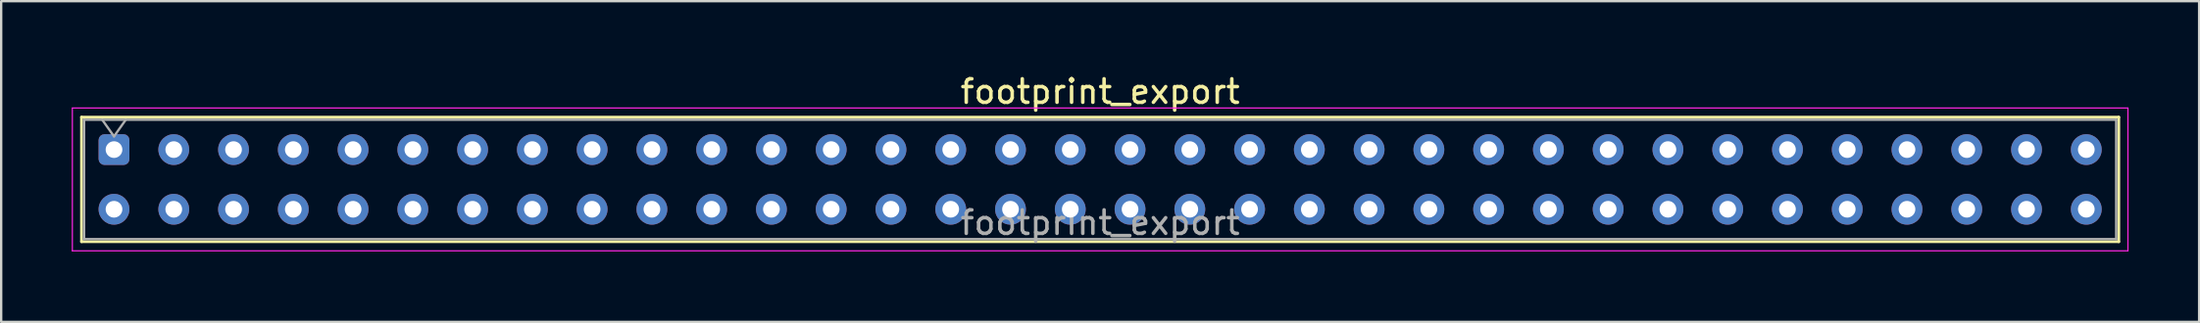
<source format=kicad_pcb>
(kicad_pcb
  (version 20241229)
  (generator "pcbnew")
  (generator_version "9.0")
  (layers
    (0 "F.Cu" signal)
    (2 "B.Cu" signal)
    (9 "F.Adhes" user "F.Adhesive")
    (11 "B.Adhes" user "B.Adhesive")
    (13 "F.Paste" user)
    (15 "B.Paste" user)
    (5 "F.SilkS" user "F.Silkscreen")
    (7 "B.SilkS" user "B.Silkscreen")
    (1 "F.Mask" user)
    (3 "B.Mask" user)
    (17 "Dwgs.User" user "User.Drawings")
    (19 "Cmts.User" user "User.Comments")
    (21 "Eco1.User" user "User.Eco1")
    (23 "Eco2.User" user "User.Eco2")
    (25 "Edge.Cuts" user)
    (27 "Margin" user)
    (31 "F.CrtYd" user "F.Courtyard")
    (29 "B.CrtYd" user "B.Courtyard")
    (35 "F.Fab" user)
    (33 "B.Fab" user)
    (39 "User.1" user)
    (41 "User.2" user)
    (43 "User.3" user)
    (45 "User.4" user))
  (footprint "footprint_export"
    (layer "F.Cu")
    (at 1.795 3.318)
    (property "Reference" "footprint_export" (at 41.91 -2.47 0) (layer "F.SilkS") (effects (font (size 1 1) (thickness 0.15))))
    (attr through_hole)
    (fp_line (start -1.38 -1.38) (end 85.2 -1.38) (stroke (width 0.12) (type solid)) (layer "F.SilkS"))
    (fp_line (start -1.38 3.92) (end -1.38 -1.38) (stroke (width 0.12) (type solid)) (layer "F.SilkS"))
    (fp_line (start 85.2 -1.38) (end 85.2 3.92) (stroke (width 0.12) (type solid)) (layer "F.SilkS"))
    (fp_line (start 85.2 3.92) (end -1.38 3.92) (stroke (width 0.12) (type solid)) (layer "F.SilkS"))
    (fp_line (start -1.77 -1.77) (end 85.59 -1.77) (stroke (width 0.05) (type solid)) (layer "F.CrtYd"))
    (fp_line (start -1.77 4.31) (end -1.77 -1.77) (stroke (width 0.05) (type solid)) (layer "F.CrtYd"))
    (fp_line (start 85.59 -1.77) (end 85.59 4.31) (stroke (width 0.05) (type solid)) (layer "F.CrtYd"))
    (fp_line (start 85.59 4.31) (end -1.77 4.31) (stroke (width 0.05) (type solid)) (layer "F.CrtYd"))
    (fp_line (start -1.27 -1.27) (end 85.09 -1.27) (stroke (width 0.1) (type solid)) (layer "F.Fab"))
    (fp_line (start -1.27 3.81) (end -1.27 -1.27) (stroke (width 0.1) (type solid)) (layer "F.Fab"))
    (fp_line (start -0.5 -1.27) (end 0 -0.563) (stroke (width 0.1) (type solid)) (layer "F.Fab"))
    (fp_line (start 0 -0.563) (end 0.5 -1.27) (stroke (width 0.1) (type solid)) (layer "F.Fab"))
    (fp_line (start 85.09 -1.27) (end 85.09 3.81) (stroke (width 0.1) (type solid)) (layer "F.Fab"))
    (fp_line (start 85.09 3.81) (end -1.27 3.81) (stroke (width 0.1) (type solid)) (layer "F.Fab"))
    (fp_text user "${REFERENCE}" (at 41.91 3.11 0) (layer "F.Fab") (effects (font (size 1 1) (thickness 0.15))))
    (pad "1" thru_hole roundrect (at 0 0) (size 1.31 1.31) (drill 0.71) (layers "*.Cu" "*.Mask") (roundrect_rratio 0.191))
    (pad "2" thru_hole circle (at 0 2.54) (size 1.31 1.31) (drill 0.71) (layers "*.Cu" "*.Mask"))
    (pad "3" thru_hole circle (at 2.54 0) (size 1.31 1.31) (drill 0.71) (layers "*.Cu" "*.Mask"))
    (pad "4" thru_hole circle (at 2.54 2.54) (size 1.31 1.31) (drill 0.71) (layers "*.Cu" "*.Mask"))
    (pad "5" thru_hole circle (at 5.08 0) (size 1.31 1.31) (drill 0.71) (layers "*.Cu" "*.Mask"))
    (pad "6" thru_hole circle (at 5.08 2.54) (size 1.31 1.31) (drill 0.71) (layers "*.Cu" "*.Mask"))
    (pad "7" thru_hole circle (at 7.62 0) (size 1.31 1.31) (drill 0.71) (layers "*.Cu" "*.Mask"))
    (pad "8" thru_hole circle (at 7.62 2.54) (size 1.31 1.31) (drill 0.71) (layers "*.Cu" "*.Mask"))
    (pad "9" thru_hole circle (at 10.16 0) (size 1.31 1.31) (drill 0.71) (layers "*.Cu" "*.Mask"))
    (pad "10" thru_hole circle (at 10.16 2.54) (size 1.31 1.31) (drill 0.71) (layers "*.Cu" "*.Mask"))
    (pad "11" thru_hole circle (at 12.7 0) (size 1.31 1.31) (drill 0.71) (layers "*.Cu" "*.Mask"))
    (pad "12" thru_hole circle (at 12.7 2.54) (size 1.31 1.31) (drill 0.71) (layers "*.Cu" "*.Mask"))
    (pad "13" thru_hole circle (at 15.24 0) (size 1.31 1.31) (drill 0.71) (layers "*.Cu" "*.Mask"))
    (pad "14" thru_hole circle (at 15.24 2.54) (size 1.31 1.31) (drill 0.71) (layers "*.Cu" "*.Mask"))
    (pad "15" thru_hole circle (at 17.78 0) (size 1.31 1.31) (drill 0.71) (layers "*.Cu" "*.Mask"))
    (pad "16" thru_hole circle (at 17.78 2.54) (size 1.31 1.31) (drill 0.71) (layers "*.Cu" "*.Mask"))
    (pad "17" thru_hole circle (at 20.32 0) (size 1.31 1.31) (drill 0.71) (layers "*.Cu" "*.Mask"))
    (pad "18" thru_hole circle (at 20.32 2.54) (size 1.31 1.31) (drill 0.71) (layers "*.Cu" "*.Mask"))
    (pad "19" thru_hole circle (at 22.86 0) (size 1.31 1.31) (drill 0.71) (layers "*.Cu" "*.Mask"))
    (pad "20" thru_hole circle (at 22.86 2.54) (size 1.31 1.31) (drill 0.71) (layers "*.Cu" "*.Mask"))
    (pad "21" thru_hole circle (at 25.4 0) (size 1.31 1.31) (drill 0.71) (layers "*.Cu" "*.Mask"))
    (pad "22" thru_hole circle (at 25.4 2.54) (size 1.31 1.31) (drill 0.71) (layers "*.Cu" "*.Mask"))
    (pad "23" thru_hole circle (at 27.94 0) (size 1.31 1.31) (drill 0.71) (layers "*.Cu" "*.Mask"))
    (pad "24" thru_hole circle (at 27.94 2.54) (size 1.31 1.31) (drill 0.71) (layers "*.Cu" "*.Mask"))
    (pad "25" thru_hole circle (at 30.48 0) (size 1.31 1.31) (drill 0.71) (layers "*.Cu" "*.Mask"))
    (pad "26" thru_hole circle (at 30.48 2.54) (size 1.31 1.31) (drill 0.71) (layers "*.Cu" "*.Mask"))
    (pad "27" thru_hole circle (at 33.02 0) (size 1.31 1.31) (drill 0.71) (layers "*.Cu" "*.Mask"))
    (pad "28" thru_hole circle (at 33.02 2.54) (size 1.31 1.31) (drill 0.71) (layers "*.Cu" "*.Mask"))
    (pad "29" thru_hole circle (at 35.56 0) (size 1.31 1.31) (drill 0.71) (layers "*.Cu" "*.Mask"))
    (pad "30" thru_hole circle (at 35.56 2.54) (size 1.31 1.31) (drill 0.71) (layers "*.Cu" "*.Mask"))
    (pad "31" thru_hole circle (at 38.1 0) (size 1.31 1.31) (drill 0.71) (layers "*.Cu" "*.Mask"))
    (pad "32" thru_hole circle (at 38.1 2.54) (size 1.31 1.31) (drill 0.71) (layers "*.Cu" "*.Mask"))
    (pad "33" thru_hole circle (at 40.64 0) (size 1.31 1.31) (drill 0.71) (layers "*.Cu" "*.Mask"))
    (pad "34" thru_hole circle (at 40.64 2.54) (size 1.31 1.31) (drill 0.71) (layers "*.Cu" "*.Mask"))
    (pad "35" thru_hole circle (at 43.18 0) (size 1.31 1.31) (drill 0.71) (layers "*.Cu" "*.Mask"))
    (pad "36" thru_hole circle (at 43.18 2.54) (size 1.31 1.31) (drill 0.71) (layers "*.Cu" "*.Mask"))
    (pad "37" thru_hole circle (at 45.72 0) (size 1.31 1.31) (drill 0.71) (layers "*.Cu" "*.Mask"))
    (pad "38" thru_hole circle (at 45.72 2.54) (size 1.31 1.31) (drill 0.71) (layers "*.Cu" "*.Mask"))
    (pad "39" thru_hole circle (at 48.26 0) (size 1.31 1.31) (drill 0.71) (layers "*.Cu" "*.Mask"))
    (pad "40" thru_hole circle (at 48.26 2.54) (size 1.31 1.31) (drill 0.71) (layers "*.Cu" "*.Mask"))
    (pad "41" thru_hole circle (at 50.8 0) (size 1.31 1.31) (drill 0.71) (layers "*.Cu" "*.Mask"))
    (pad "42" thru_hole circle (at 50.8 2.54) (size 1.31 1.31) (drill 0.71) (layers "*.Cu" "*.Mask"))
    (pad "43" thru_hole circle (at 53.34 0) (size 1.31 1.31) (drill 0.71) (layers "*.Cu" "*.Mask"))
    (pad "44" thru_hole circle (at 53.34 2.54) (size 1.31 1.31) (drill 0.71) (layers "*.Cu" "*.Mask"))
    (pad "45" thru_hole circle (at 55.88 0) (size 1.31 1.31) (drill 0.71) (layers "*.Cu" "*.Mask"))
    (pad "46" thru_hole circle (at 55.88 2.54) (size 1.31 1.31) (drill 0.71) (layers "*.Cu" "*.Mask"))
    (pad "47" thru_hole circle (at 58.42 0) (size 1.31 1.31) (drill 0.71) (layers "*.Cu" "*.Mask"))
    (pad "48" thru_hole circle (at 58.42 2.54) (size 1.31 1.31) (drill 0.71) (layers "*.Cu" "*.Mask"))
    (pad "49" thru_hole circle (at 60.96 0) (size 1.31 1.31) (drill 0.71) (layers "*.Cu" "*.Mask"))
    (pad "50" thru_hole circle (at 60.96 2.54) (size 1.31 1.31) (drill 0.71) (layers "*.Cu" "*.Mask"))
    (pad "51" thru_hole circle (at 63.5 0) (size 1.31 1.31) (drill 0.71) (layers "*.Cu" "*.Mask"))
    (pad "52" thru_hole circle (at 63.5 2.54) (size 1.31 1.31) (drill 0.71) (layers "*.Cu" "*.Mask"))
    (pad "53" thru_hole circle (at 66.04 0) (size 1.31 1.31) (drill 0.71) (layers "*.Cu" "*.Mask"))
    (pad "54" thru_hole circle (at 66.04 2.54) (size 1.31 1.31) (drill 0.71) (layers "*.Cu" "*.Mask"))
    (pad "55" thru_hole circle (at 68.58 0) (size 1.31 1.31) (drill 0.71) (layers "*.Cu" "*.Mask"))
    (pad "56" thru_hole circle (at 68.58 2.54) (size 1.31 1.31) (drill 0.71) (layers "*.Cu" "*.Mask"))
    (pad "57" thru_hole circle (at 71.12 0) (size 1.31 1.31) (drill 0.71) (layers "*.Cu" "*.Mask"))
    (pad "58" thru_hole circle (at 71.12 2.54) (size 1.31 1.31) (drill 0.71) (layers "*.Cu" "*.Mask"))
    (pad "59" thru_hole circle (at 73.66 0) (size 1.31 1.31) (drill 0.71) (layers "*.Cu" "*.Mask"))
    (pad "60" thru_hole circle (at 73.66 2.54) (size 1.31 1.31) (drill 0.71) (layers "*.Cu" "*.Mask"))
    (pad "61" thru_hole circle (at 76.2 0) (size 1.31 1.31) (drill 0.71) (layers "*.Cu" "*.Mask"))
    (pad "62" thru_hole circle (at 76.2 2.54) (size 1.31 1.31) (drill 0.71) (layers "*.Cu" "*.Mask"))
    (pad "63" thru_hole circle (at 78.74 0) (size 1.31 1.31) (drill 0.71) (layers "*.Cu" "*.Mask"))
    (pad "64" thru_hole circle (at 78.74 2.54) (size 1.31 1.31) (drill 0.71) (layers "*.Cu" "*.Mask"))
    (pad "65" thru_hole circle (at 81.28 0) (size 1.31 1.31) (drill 0.71) (layers "*.Cu" "*.Mask"))
    (pad "66" thru_hole circle (at 81.28 2.54) (size 1.31 1.31) (drill 0.71) (layers "*.Cu" "*.Mask"))
    (pad "67" thru_hole circle (at 83.82 0) (size 1.31 1.31) (drill 0.71) (layers "*.Cu" "*.Mask"))
    (pad "68" thru_hole circle (at 83.82 2.54) (size 1.31 1.31) (drill 0.71) (layers "*.Cu" "*.Mask")))
  (gr_rect
    (start -3 -3)
    (end 90.41 10.653)
    (stroke (width 0.1) (type default))
    (fill no)
    (layer "Edge.Cuts")))
</source>
